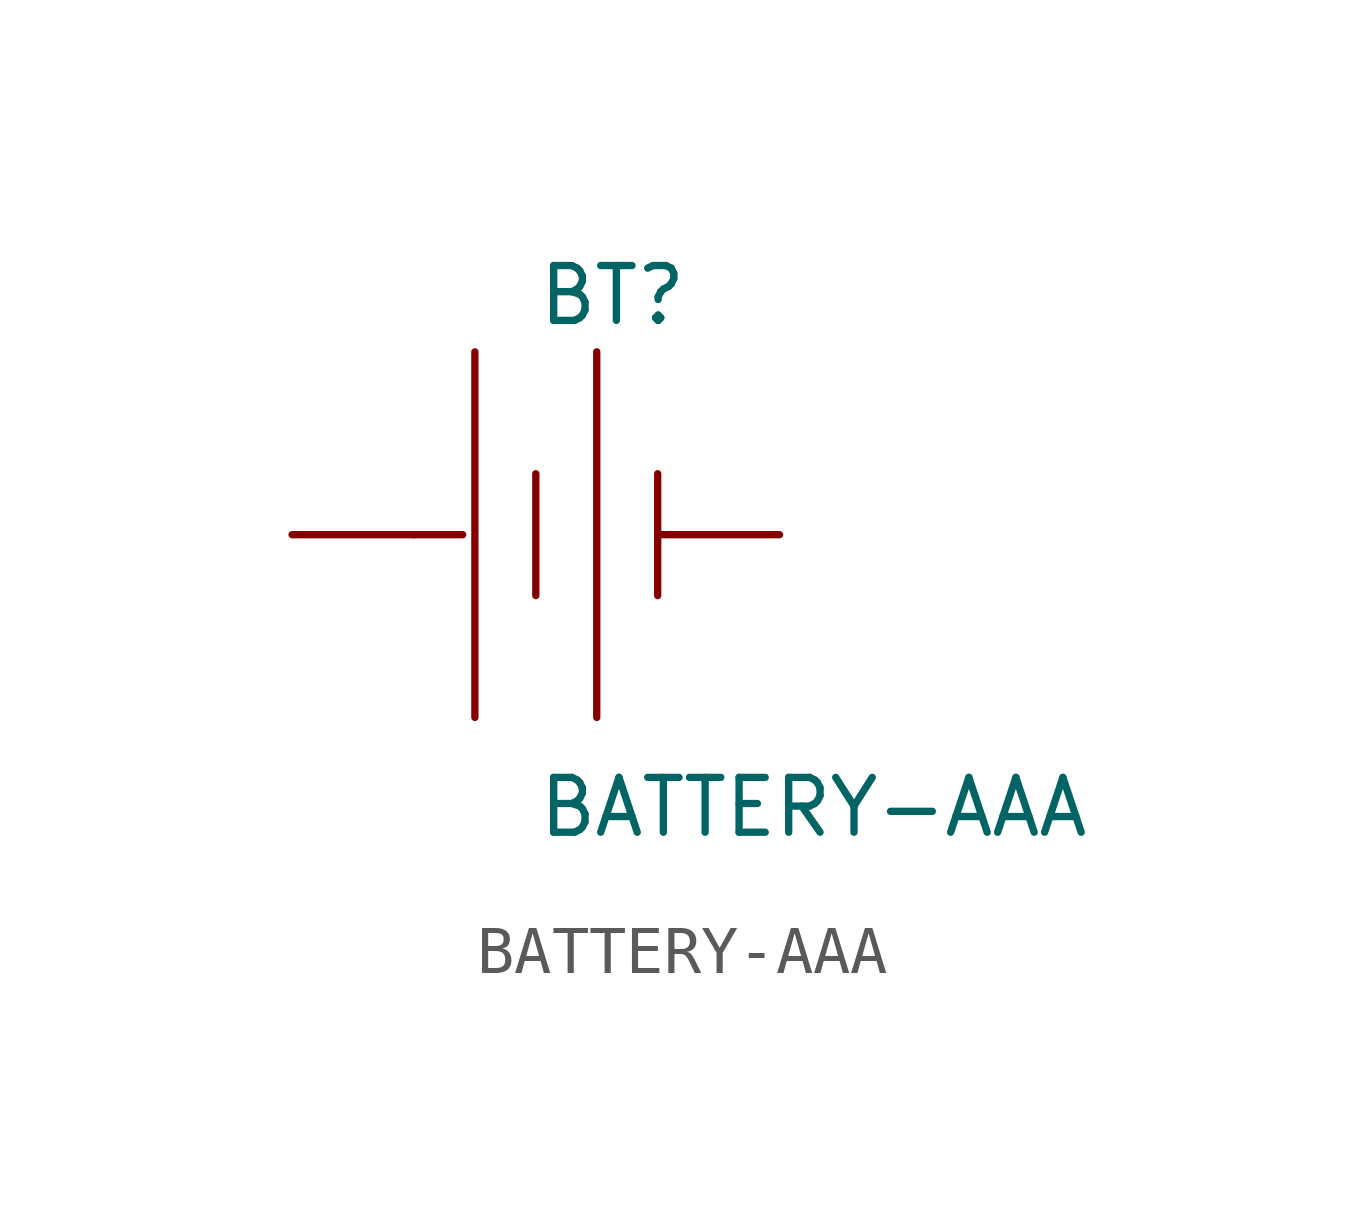
<source format=kicad_sym>
(kicad_symbol_lib
  (version 20220914)
  (generator kicad_symbol_editor)
  (symbol "BATTERY-AAA"
    (pin_numbers hide)
    (pin_names
      (offset 1.016) hide)
    (property "Reference" "BT"
      (at 0 4.318 0)
      (effects (font (size 1.143 1.143)) (justify left bottom)))
    (property "Value" "BATTERY-AAA"
      (at 0 -6.35 0)
      (effects (font (size 1.143 1.143)) (justify left bottom)))
    (property "ki_locked" ""
      (at 0 0 0)
      (effects (font (size 1.27 1.27))))
    (symbol "BATTERY-AAA_1_0"
      (polyline (pts (xy -2.54 0) (xy -1.524 0)) (stroke (width 0) (type solid)) (fill (type none)))
      (polyline (pts (xy -1.27 3.81) (xy -1.27 -3.81)) (stroke (width 0) (type solid)) (fill (type none)))
      (polyline (pts (xy 0 1.27) (xy 0 -1.27)) (stroke (width 0) (type solid)) (fill (type none)))
      (polyline (pts (xy 1.27 3.81) (xy 1.27 -3.81)) (stroke (width 0) (type solid)) (fill (type none)))
      (polyline (pts (xy 2.54 1.27) (xy 2.54 -1.27)) (stroke (width 0) (type solid)) (fill (type none))))
    (symbol "BATTERY-AAA_1_1"
      (pin power_in line (at 5.08 0 180) (length 2.54) (name "-" (effects (font (size 1.016 1.016)))) (number "GND@" (effects (font (size 1.016 1.016)))))
      (pin power_in line (at -5.08 0 0) (length 2.54) (name "+" (effects (font (size 1.016 1.016)))) (number "PWR@" (effects (font (size 1.016 1.016))))))))
</source>
